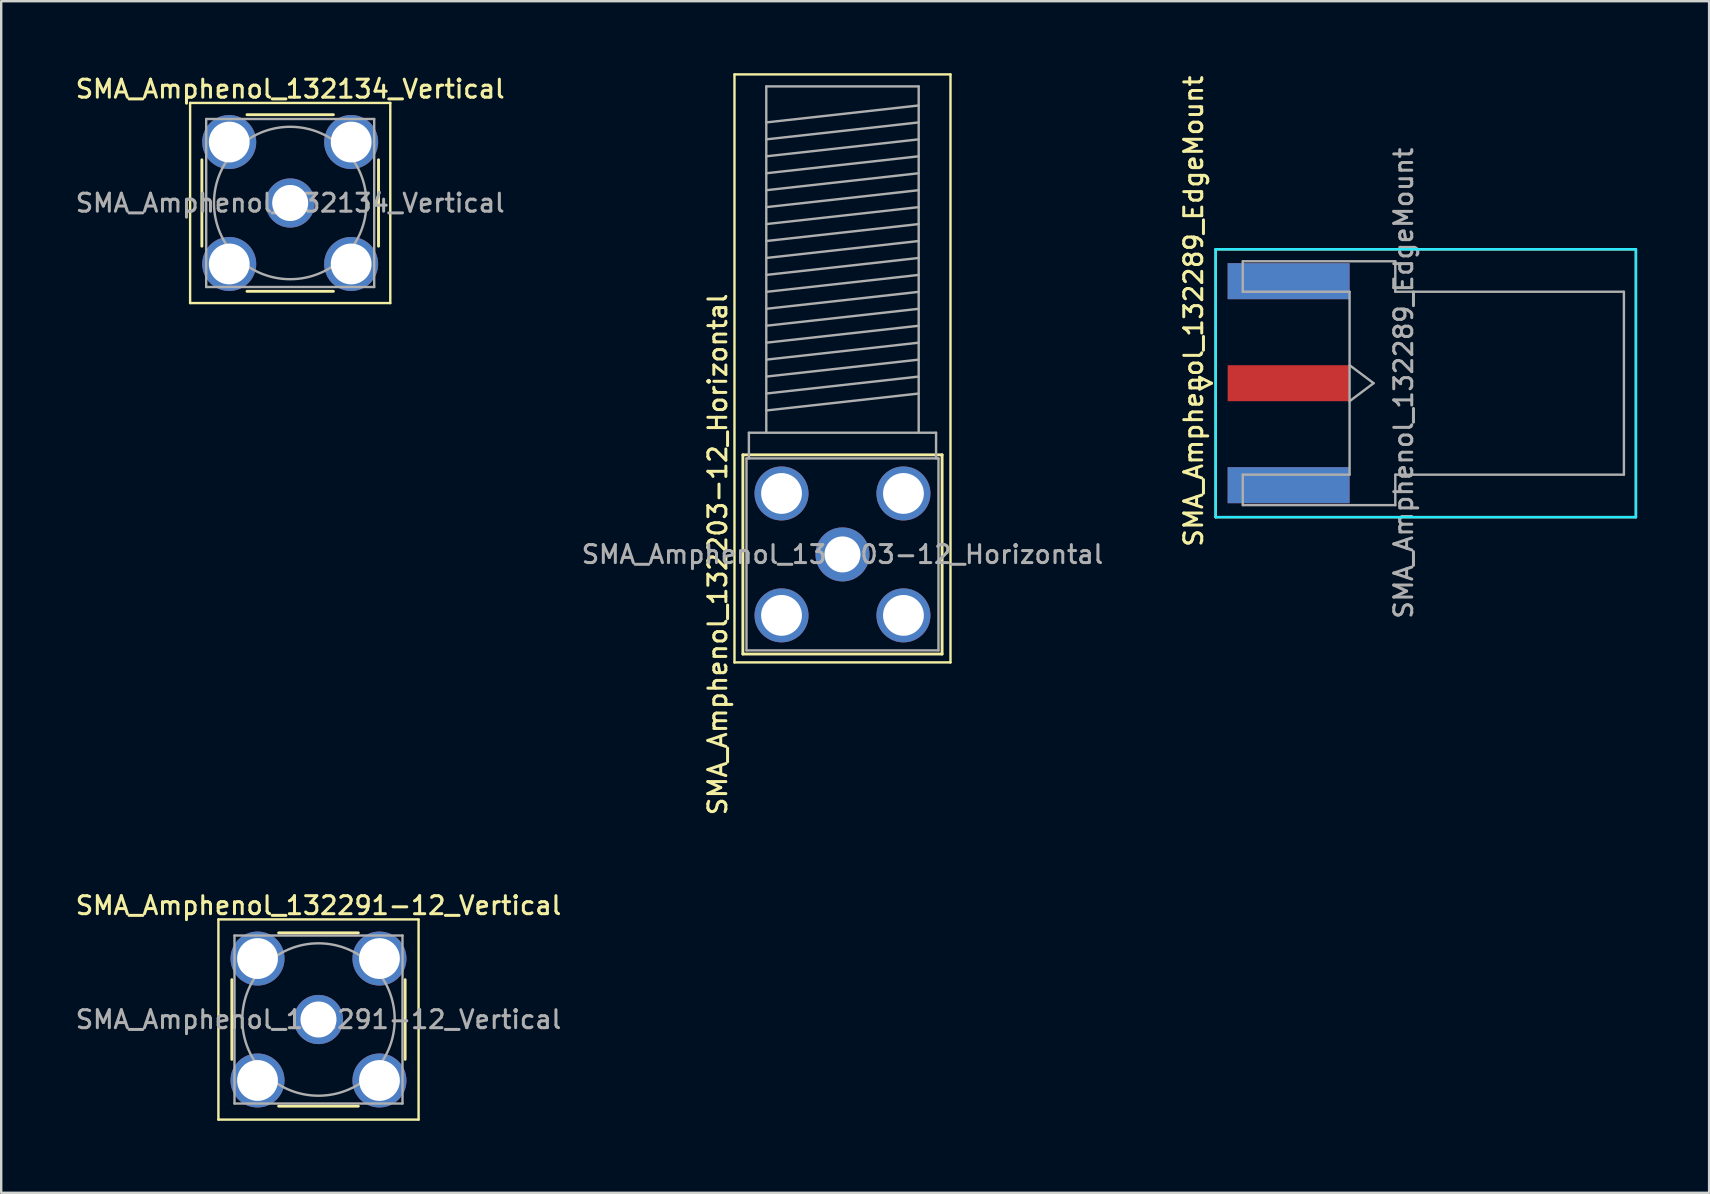
<source format=kicad_pcb>
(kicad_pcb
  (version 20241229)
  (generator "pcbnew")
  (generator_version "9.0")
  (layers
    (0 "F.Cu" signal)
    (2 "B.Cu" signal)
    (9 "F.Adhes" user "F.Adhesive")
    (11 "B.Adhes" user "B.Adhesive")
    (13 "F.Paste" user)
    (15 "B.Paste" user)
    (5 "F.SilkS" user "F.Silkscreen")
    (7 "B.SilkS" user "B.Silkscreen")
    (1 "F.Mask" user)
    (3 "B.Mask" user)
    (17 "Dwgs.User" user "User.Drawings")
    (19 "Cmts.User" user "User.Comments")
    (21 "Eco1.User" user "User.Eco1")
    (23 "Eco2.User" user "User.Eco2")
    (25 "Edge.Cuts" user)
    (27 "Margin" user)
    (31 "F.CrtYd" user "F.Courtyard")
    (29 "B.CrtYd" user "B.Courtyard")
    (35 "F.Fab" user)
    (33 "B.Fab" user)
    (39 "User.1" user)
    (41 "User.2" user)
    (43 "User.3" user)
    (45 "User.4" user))
  (footprint "SMA_Amphenol_132291-12_Vertical"
    (layer "F.Cu")
    (at 10.22 39.428)
    (property "Reference" "SMA_Amphenol_132291-12_Vertical" (at 0 -4.75 0) (layer "F.SilkS") (effects (font (size 0.75 0.75) (thickness 0.125))))
    (attr through_hole)
    (fp_line (start -4.17 -4.17) (end -4.17 4.17) (stroke (width 0.1) (type solid)) (layer "F.SilkS"))
    (fp_line (start -4.17 -4.17) (end 4.17 -4.17) (stroke (width 0.1) (type solid)) (layer "F.SilkS"))
    (fp_line (start -3.61 -1.66) (end -3.61 1.66) (stroke (width 0.12) (type solid)) (layer "F.SilkS"))
    (fp_line (start 1.66 -3.61) (end -1.66 -3.61) (stroke (width 0.12) (type solid)) (layer "F.SilkS"))
    (fp_line (start 1.66 3.61) (end -1.66 3.61) (stroke (width 0.12) (type solid)) (layer "F.SilkS"))
    (fp_line (start 3.61 -1.66) (end 3.61 1.66) (stroke (width 0.12) (type solid)) (layer "F.SilkS"))
    (fp_line (start 4.17 4.17) (end -4.17 4.17) (stroke (width 0.1) (type solid)) (layer "F.SilkS"))
    (fp_line (start 4.17 4.17) (end 4.17 -4.17) (stroke (width 0.1) (type solid)) (layer "F.SilkS"))
    (fp_line (start -3.5 -3.5) (end -3.5 3.5) (stroke (width 0.1) (type solid)) (layer "F.Fab"))
    (fp_line (start -3.5 -3.5) (end 3.5 -3.5) (stroke (width 0.1) (type solid)) (layer "F.Fab"))
    (fp_line (start -3.5 3.5) (end 3.5 3.5) (stroke (width 0.1) (type solid)) (layer "F.Fab"))
    (fp_line (start 3.5 -3.5) (end 3.5 3.5) (stroke (width 0.1) (type solid)) (layer "F.Fab"))
    (fp_circle (center 0 0) (end 3.175 0) (stroke (width 0.1) (type solid)) (fill no) (layer "F.Fab"))
    (fp_text user "${REFERENCE}" (at 0 0 0) (layer "F.Fab") (effects (font (size 0.75 0.75) (thickness 0.125))))
    (pad "1" thru_hole circle (at 0 0) (size 2.05 2.05) (drill 1.5) (layers "*.Cu" "*.Mask"))
    (pad "2" thru_hole circle (at -2.54 -2.54) (size 2.25 2.25) (drill 1.7) (layers "*.Cu" "*.Mask"))
    (pad "2" thru_hole circle (at -2.54 2.54) (size 2.25 2.25) (drill 1.7) (layers "*.Cu" "*.Mask"))
    (pad "2" thru_hole circle (at 2.54 -2.54) (size 2.25 2.25) (drill 1.7) (layers "*.Cu" "*.Mask"))
    (pad "2" thru_hole circle (at 2.54 2.54) (size 2.25 2.25) (drill 1.7) (layers "*.Cu" "*.Mask")))
  (footprint "SMA_Amphenol_132203-12_Horizontal"
    (layer "F.Cu")
    (at 32.052 20.05)
    (property "Reference" "SMA_Amphenol_132203-12_Horizontal" (at -5.2 0 90) (layer "F.SilkS") (effects (font (size 0.75 0.75) (thickness 0.125))))
    (attr through_hole)
    (fp_line (start -4.5 -20) (end -4.5 4.5) (stroke (width 0.1) (type solid)) (layer "F.SilkS"))
    (fp_line (start -4.5 -20) (end 4.5 -20) (stroke (width 0.1) (type solid)) (layer "F.SilkS"))
    (fp_line (start -4.15 -4.15) (end -4.15 4.15) (stroke (width 0.12) (type solid)) (layer "F.SilkS"))
    (fp_line (start -4.15 -4.15) (end 4.15 -4.15) (stroke (width 0.12) (type solid)) (layer "F.SilkS"))
    (fp_line (start -4.15 4.15) (end 4.15 4.15) (stroke (width 0.12) (type solid)) (layer "F.SilkS"))
    (fp_line (start 4.15 -4.15) (end 4.15 4.15) (stroke (width 0.12) (type solid)) (layer "F.SilkS"))
    (fp_line (start 4.5 4.5) (end -4.5 4.5) (stroke (width 0.1) (type solid)) (layer "F.SilkS"))
    (fp_line (start 4.5 4.5) (end 4.5 -20) (stroke (width 0.1) (type solid)) (layer "F.SilkS"))
    (fp_line (start -4 -4) (end -4 4) (stroke (width 0.1) (type solid)) (layer "F.Fab"))
    (fp_line (start -4 -4) (end 4 -4) (stroke (width 0.1) (type solid)) (layer "F.Fab"))
    (fp_line (start -4 4) (end 4 4) (stroke (width 0.1) (type solid)) (layer "F.Fab"))
    (fp_line (start -3.9 -5.07) (end -3.9 -4) (stroke (width 0.1) (type solid)) (layer "F.Fab"))
    (fp_line (start -3.175 -19.5) (end -3.175 -5.07) (stroke (width 0.1) (type solid)) (layer "F.Fab"))
    (fp_line (start -3.175 -19.5) (end 3.175 -19.5) (stroke (width 0.1) (type solid)) (layer "F.Fab"))
    (fp_line (start -3.175 -18) (end 3.175 -18.706) (stroke (width 0.1) (type solid)) (layer "F.Fab"))
    (fp_line (start -3.175 -17.294) (end 3.175 -18) (stroke (width 0.1) (type solid)) (layer "F.Fab"))
    (fp_line (start -3.175 -16.588) (end 3.175 -17.294) (stroke (width 0.1) (type solid)) (layer "F.Fab"))
    (fp_line (start -3.175 -15.882) (end 3.175 -16.588) (stroke (width 0.1) (type solid)) (layer "F.Fab"))
    (fp_line (start -3.175 -15.176) (end 3.175 -15.882) (stroke (width 0.1) (type solid)) (layer "F.Fab"))
    (fp_line (start -3.175 -14.47) (end 3.175 -15.176) (stroke (width 0.1) (type solid)) (layer "F.Fab"))
    (fp_line (start -3.175 -13.764) (end 3.175 -14.47) (stroke (width 0.1) (type solid)) (layer "F.Fab"))
    (fp_line (start -3.175 -13.058) (end 3.175 -13.764) (stroke (width 0.1) (type solid)) (layer "F.Fab"))
    (fp_line (start -3.175 -12.352) (end 3.175 -13.058) (stroke (width 0.1) (type solid)) (layer "F.Fab"))
    (fp_line (start -3.175 -11.646) (end 3.175 -12.352) (stroke (width 0.1) (type solid)) (layer "F.Fab"))
    (fp_line (start -3.175 -10.94) (end 3.175 -11.646) (stroke (width 0.1) (type solid)) (layer "F.Fab"))
    (fp_line (start -3.175 -10.234) (end 3.175 -10.94) (stroke (width 0.1) (type solid)) (layer "F.Fab"))
    (fp_line (start -3.175 -9.528) (end 3.175 -10.234) (stroke (width 0.1) (type solid)) (layer "F.Fab"))
    (fp_line (start -3.175 -8.822) (end 3.175 -9.528) (stroke (width 0.1) (type solid)) (layer "F.Fab"))
    (fp_line (start -3.175 -8.116) (end 3.175 -8.822) (stroke (width 0.1) (type solid)) (layer "F.Fab"))
    (fp_line (start -3.175 -7.41) (end 3.175 -8.116) (stroke (width 0.1) (type solid)) (layer "F.Fab"))
    (fp_line (start -3.175 -6.704) (end 3.175 -7.41) (stroke (width 0.1) (type solid)) (layer "F.Fab"))
    (fp_line (start -3.175 -5.998) (end 3.175 -6.704) (stroke (width 0.1) (type solid)) (layer "F.Fab"))
    (fp_line (start 3.175 -19.5) (end 3.175 -5.07) (stroke (width 0.1) (type solid)) (layer "F.Fab"))
    (fp_line (start 3.9 -5.07) (end -3.9 -5.07) (stroke (width 0.1) (type solid)) (layer "F.Fab"))
    (fp_line (start 3.9 -4) (end 3.9 -5.07) (stroke (width 0.1) (type solid)) (layer "F.Fab"))
    (fp_line (start 4 -4) (end 4 4) (stroke (width 0.1) (type solid)) (layer "F.Fab"))
    (fp_text user "${REFERENCE}" (at 0 0 0) (layer "F.Fab") (effects (font (size 0.75 0.75) (thickness 0.125))))
    (pad "1" thru_hole circle (at 0 0) (size 2.25 2.25) (drill 1.5) (layers "*.Cu" "*.Mask"))
    (pad "2" thru_hole circle (at -2.54 -2.54) (size 2.25 2.25) (drill 1.7) (layers "*.Cu" "*.Mask"))
    (pad "2" thru_hole circle (at -2.54 2.54) (size 2.25 2.25) (drill 1.7) (layers "*.Cu" "*.Mask"))
    (pad "2" thru_hole circle (at 2.54 -2.54) (size 2.25 2.25) (drill 1.7) (layers "*.Cu" "*.Mask"))
    (pad "2" thru_hole circle (at 2.54 2.54 90) (size 2.25 2.25) (drill 1.7) (layers "*.Cu" "*.Mask")))
  (footprint "SMA_Amphenol_132134_Vertical"
    (layer "F.Cu")
    (at 9.041 5.408)
    (property "Reference" "SMA_Amphenol_132134_Vertical" (at 0 -4.75 0) (layer "F.SilkS") (effects (font (size 0.75 0.75) (thickness 0.125))))
    (attr through_hole)
    (fp_line (start -4.17 -4.17) (end -4.17 4.17) (stroke (width 0.1) (type solid)) (layer "F.SilkS"))
    (fp_line (start -4.17 -4.17) (end 4.17 -4.17) (stroke (width 0.1) (type solid)) (layer "F.SilkS"))
    (fp_line (start -3.68 -1.8) (end -3.68 1.8) (stroke (width 0.12) (type solid)) (layer "F.SilkS"))
    (fp_line (start -1.8 -3.68) (end 1.8 -3.68) (stroke (width 0.12) (type solid)) (layer "F.SilkS"))
    (fp_line (start -1.8 3.68) (end 1.8 3.68) (stroke (width 0.12) (type solid)) (layer "F.SilkS"))
    (fp_line (start 3.68 -1.8) (end 3.68 1.8) (stroke (width 0.12) (type solid)) (layer "F.SilkS"))
    (fp_line (start 4.17 4.17) (end -4.17 4.17) (stroke (width 0.1) (type solid)) (layer "F.SilkS"))
    (fp_line (start 4.17 4.17) (end 4.17 -4.17) (stroke (width 0.1) (type solid)) (layer "F.SilkS"))
    (fp_line (start -3.5 -3.5) (end -3.5 3.5) (stroke (width 0.1) (type solid)) (layer "F.Fab"))
    (fp_line (start -3.5 -3.5) (end 3.5 -3.5) (stroke (width 0.1) (type solid)) (layer "F.Fab"))
    (fp_line (start -3.5 3.5) (end 3.5 3.5) (stroke (width 0.1) (type solid)) (layer "F.Fab"))
    (fp_line (start 3.5 -3.5) (end 3.5 3.5) (stroke (width 0.1) (type solid)) (layer "F.Fab"))
    (fp_circle (center 0 0) (end 3.175 0) (stroke (width 0.1) (type solid)) (fill no) (layer "F.Fab"))
    (fp_text user "${REFERENCE}" (at 0 0 0) (layer "F.Fab") (effects (font (size 0.75 0.75) (thickness 0.125))))
    (pad "1" thru_hole circle (at 0 0) (size 2.05 2.05) (drill 1.5) (layers "*.Cu" "*.Mask"))
    (pad "2" thru_hole circle (at -2.54 -2.54) (size 2.25 2.25) (drill 1.7) (layers "*.Cu" "*.Mask"))
    (pad "2" thru_hole circle (at -2.54 2.54) (size 2.25 2.25) (drill 1.7) (layers "*.Cu" "*.Mask"))
    (pad "2" thru_hole circle (at 2.54 -2.54) (size 2.25 2.25) (drill 1.7) (layers "*.Cu" "*.Mask"))
    (pad "2" thru_hole circle (at 2.54 2.54) (size 2.25 2.25) (drill 1.7) (layers "*.Cu" "*.Mask")))
  (footprint "SMA_Amphenol_132289_EdgeMount"
    (layer "F.Cu")
    (at 50.64 12.916)
    (property "Reference" "SMA_Amphenol_132289_EdgeMount" (at -3.96 -3 90) (layer "F.SilkS") (effects (font (size 0.75 0.75) (thickness 0.125))))
    (attr smd)
    (fp_line (start -3.71 -0.25) (end -3.71 0.25) (stroke (width 0.12) (type solid)) (layer "F.SilkS"))
    (fp_line (start -3.71 0.25) (end -3.21 0) (stroke (width 0.12) (type solid)) (layer "F.SilkS"))
    (fp_line (start -3.21 0) (end -3.71 -0.25) (stroke (width 0.12) (type solid)) (layer "F.SilkS"))
    (fp_line (start -3.04 5.58) (end -3.04 -5.58) (stroke (width 0.1) (type solid)) (layer "F.SilkS"))
    (fp_line (start 14.47 -5.58) (end -3.04 -5.58) (stroke (width 0.1) (type solid)) (layer "F.SilkS"))
    (fp_line (start 14.47 -5.58) (end 14.47 5.58) (stroke (width 0.1) (type solid)) (layer "F.SilkS"))
    (fp_line (start 14.47 5.58) (end -3.04 5.58) (stroke (width 0.1) (type solid)) (layer "F.SilkS"))
    (fp_line (start -3.04 5.58) (end -3.04 -5.58) (stroke (width 0.1) (type solid)) (layer "B.CrtYd"))
    (fp_line (start 14.47 -5.58) (end -3.04 -5.58) (stroke (width 0.1) (type solid)) (layer "B.CrtYd"))
    (fp_line (start 14.47 -5.58) (end 14.47 5.58) (stroke (width 0.1) (type solid)) (layer "B.CrtYd"))
    (fp_line (start 14.47 5.58) (end -3.04 5.58) (stroke (width 0.1) (type solid)) (layer "B.CrtYd"))
    (fp_line (start -1.91 -5.08) (end -1.91 -3.81) (stroke (width 0.1) (type solid)) (layer "F.Fab"))
    (fp_line (start -1.91 -5.08) (end 4.445 -5.08) (stroke (width 0.1) (type solid)) (layer "F.Fab"))
    (fp_line (start -1.91 -3.81) (end 2.54 -3.81) (stroke (width 0.1) (type solid)) (layer "F.Fab"))
    (fp_line (start -1.91 3.81) (end -1.91 5.08) (stroke (width 0.1) (type solid)) (layer "F.Fab"))
    (fp_line (start -1.91 5.08) (end 4.445 5.08) (stroke (width 0.1) (type solid)) (layer "F.Fab"))
    (fp_line (start 2.54 -3.81) (end 2.54 3.81) (stroke (width 0.1) (type solid)) (layer "F.Fab"))
    (fp_line (start 2.54 -0.75) (end 3.54 0) (stroke (width 0.1) (type solid)) (layer "F.Fab"))
    (fp_line (start 2.54 3.81) (end -1.91 3.81) (stroke (width 0.1) (type solid)) (layer "F.Fab"))
    (fp_line (start 3.54 0) (end 2.54 0.75) (stroke (width 0.1) (type solid)) (layer "F.Fab"))
    (fp_line (start 4.445 -3.81) (end 4.445 -5.08) (stroke (width 0.1) (type solid)) (layer "F.Fab"))
    (fp_line (start 4.445 -3.81) (end 13.97 -3.81) (stroke (width 0.1) (type solid)) (layer "F.Fab"))
    (fp_line (start 4.445 5.08) (end 4.445 3.81) (stroke (width 0.1) (type solid)) (layer "F.Fab"))
    (fp_line (start 13.97 -3.81) (end 13.97 3.81) (stroke (width 0.1) (type solid)) (layer "F.Fab"))
    (fp_line (start 13.97 3.81) (end 4.445 3.81) (stroke (width 0.1) (type solid)) (layer "F.Fab"))
    (fp_text user "${REFERENCE}" (at 4.79 0 270) (layer "F.Fab") (effects (font (size 0.75 0.75) (thickness 0.125))))
    (pad "1" smd rect (at 0 0 90) (size 1.5 5.08) (layers "F.Cu" "F.Mask" "F.Paste"))
    (pad "2" smd rect (at 0 -4.25 90) (size 1.5 5.08) (layers "F.Cu" "F.Mask" "F.Paste"))
    (pad "2" smd rect (at 0 -4.25 90) (size 1.5 5.08) (layers "B.Cu" "B.Mask" "B.Paste"))
    (pad "2" smd rect (at 0 4.25 90) (size 1.5 5.08) (layers "F.Cu" "F.Mask" "F.Paste"))
    (pad "2" smd rect (at 0 4.25 90) (size 1.5 5.08) (layers "B.Cu" "B.Mask" "B.Paste")))
  (gr_rect
    (start -3 -3)
    (end 68.16 46.648)
    (stroke (width 0.1) (type default))
    (fill no)
    (layer "Edge.Cuts")))
</source>
